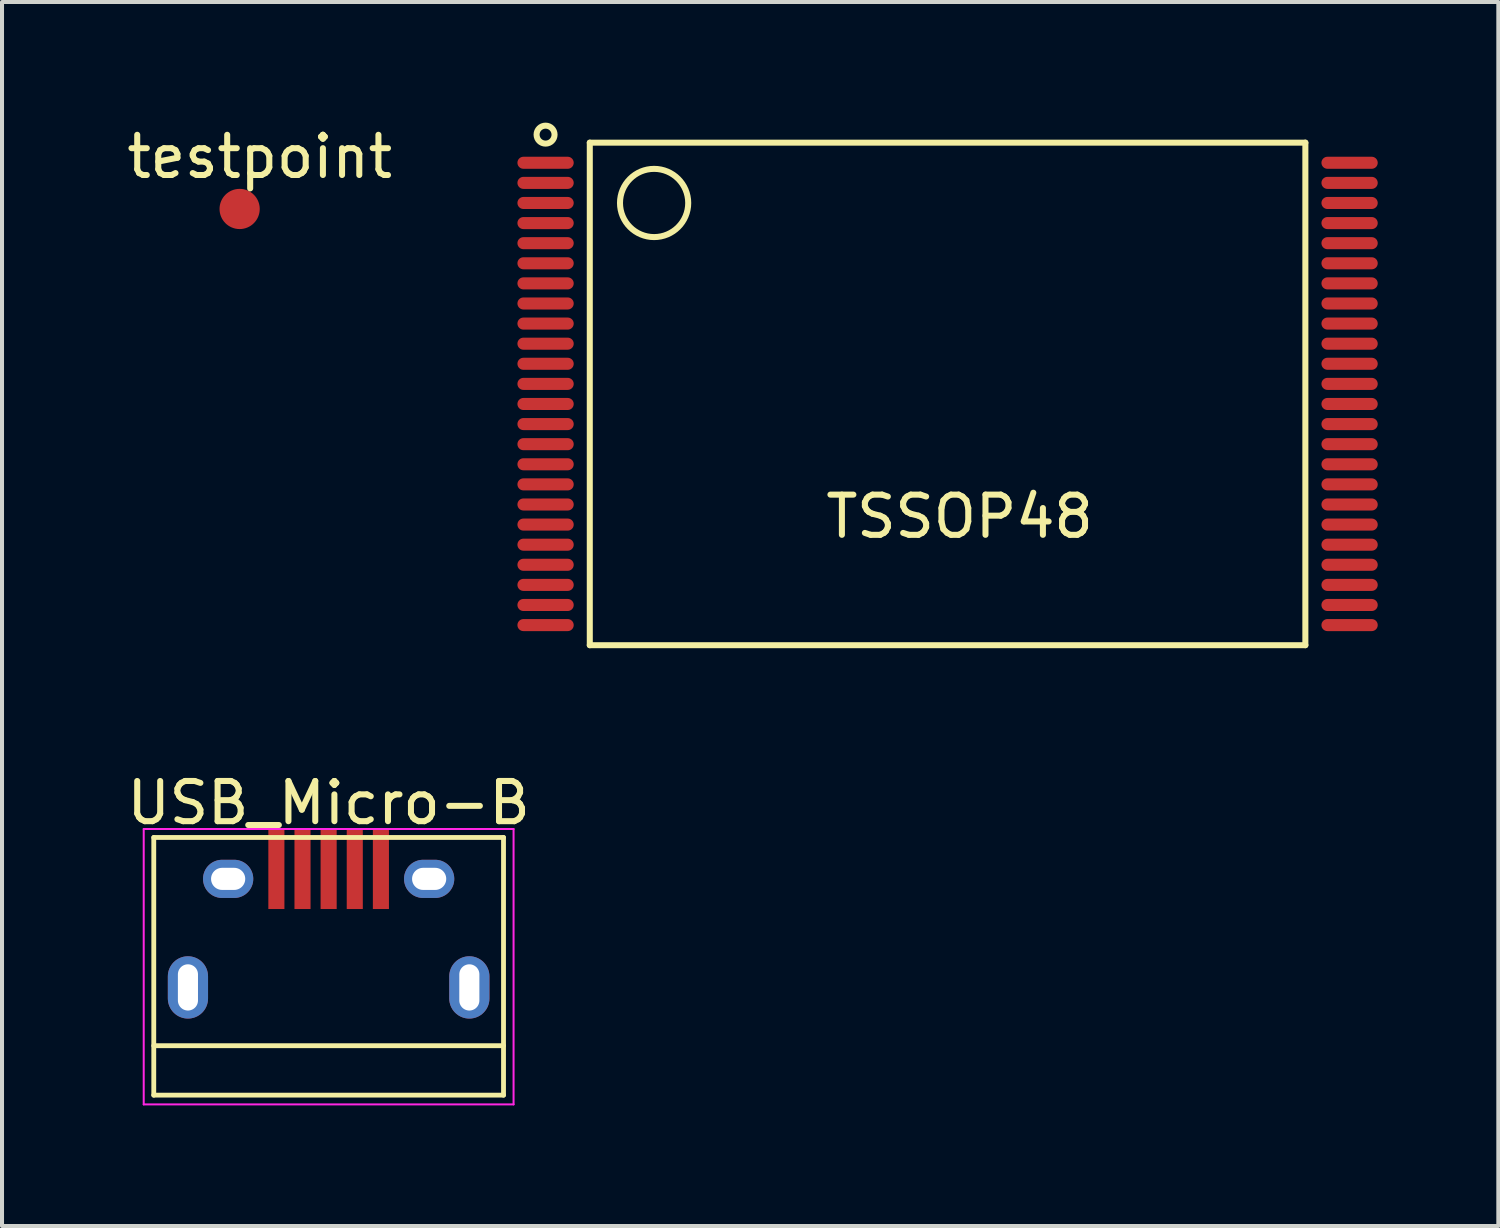
<source format=kicad_pcb>
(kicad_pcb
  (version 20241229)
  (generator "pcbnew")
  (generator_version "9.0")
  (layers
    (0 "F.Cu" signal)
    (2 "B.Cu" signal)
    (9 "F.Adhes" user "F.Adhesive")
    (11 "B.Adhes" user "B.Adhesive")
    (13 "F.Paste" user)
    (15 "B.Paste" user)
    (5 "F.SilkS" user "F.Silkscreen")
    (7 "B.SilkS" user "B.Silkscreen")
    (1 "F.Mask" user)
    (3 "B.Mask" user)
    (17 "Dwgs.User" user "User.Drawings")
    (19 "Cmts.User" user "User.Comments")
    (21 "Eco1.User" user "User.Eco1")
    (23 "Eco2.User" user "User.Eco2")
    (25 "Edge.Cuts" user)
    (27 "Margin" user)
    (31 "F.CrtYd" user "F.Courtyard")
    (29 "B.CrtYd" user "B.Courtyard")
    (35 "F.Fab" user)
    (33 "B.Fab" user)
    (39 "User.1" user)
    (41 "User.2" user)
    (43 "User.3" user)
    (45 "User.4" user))
  (footprint "USB_Micro-B"
    (layer "F.Cu")
    (at 5.125 20.162)
    (property "Reference" "USB_Micro-B" (at 0 -3.24 0) (layer "F.SilkS") (effects (font (size 1 1) (thickness 0.15))))
    (attr smd)
    (fp_line (start -4.35 -2.38) (end 4.35 -2.38) (stroke (width 0.12) (type solid)) (layer "F.SilkS"))
    (fp_line (start -4.35 4.03) (end -4.35 -2.38) (stroke (width 0.12) (type solid)) (layer "F.SilkS"))
    (fp_line (start -4.35 4.03) (end 4.35 4.03) (stroke (width 0.12) (type solid)) (layer "F.SilkS"))
    (fp_line (start 4.35 -2.38) (end 4.35 4.03) (stroke (width 0.12) (type solid)) (layer "F.SilkS"))
    (fp_line (start 4.35 2.8) (end -4.35 2.8) (stroke (width 0.12) (type solid)) (layer "F.SilkS"))
    (fp_line (start -4.6 -2.59) (end 4.6 -2.59) (stroke (width 0.05) (type solid)) (layer "F.CrtYd"))
    (fp_line (start -4.6 4.26) (end -4.6 -2.59) (stroke (width 0.05) (type solid)) (layer "F.CrtYd"))
    (fp_line (start 4.6 -2.59) (end 4.6 4.26) (stroke (width 0.05) (type solid)) (layer "F.CrtYd"))
    (fp_line (start 4.6 4.26) (end -4.6 4.26) (stroke (width 0.05) (type solid)) (layer "F.CrtYd"))
    (pad "1" smd rect (at -1.3 -1.6 90) (size 2 0.4) (layers "F.Cu" "F.Mask" "F.Paste"))
    (pad "2" smd rect (at -0.65 -1.6 90) (size 2 0.4) (layers "F.Cu" "F.Mask" "F.Paste"))
    (pad "3" smd rect (at 0 -1.6 90) (size 2 0.4) (layers "F.Cu" "F.Mask" "F.Paste"))
    (pad "4" smd rect (at 0.65 -1.6 90) (size 2 0.4) (layers "F.Cu" "F.Mask" "F.Paste"))
    (pad "5" smd rect (at 1.3 -1.6 90) (size 2 0.4) (layers "F.Cu" "F.Mask" "F.Paste"))
    (pad "6" thru_hole oval (at -3.5 1.35 90) (size 1.55 1) (drill oval 1.15 0.5) (layers "*.Cu" "*.Mask"))
    (pad "6" thru_hole oval (at -2.5 -1.35 90) (size 0.95 1.25) (drill oval 0.55 0.85) (layers "*.Cu" "*.Mask"))
    (pad "6" thru_hole oval (at 2.5 -1.35 90) (size 0.95 1.25) (drill oval 0.55 0.85) (layers "*.Cu" "*.Mask"))
    (pad "6" thru_hole oval (at 3.5 1.35 90) (size 1.55 1) (drill oval 1.15 0.5) (layers "*.Cu" "*.Mask")))
  (footprint "TSSOP48"
    (layer "F.Cu")
    (at 10.521 0.999)
    (property "Reference" "TSSOP48" (at 10.3 8.8 0) (layer "F.SilkS") (effects (font (size 1 1) (thickness 0.15))))
    (attr through_hole)
    (fp_line (start 1.1 -0.5) (end 1.1 12) (stroke (width 0.15) (type solid)) (layer "F.SilkS"))
    (fp_line (start 1.1 12) (end 18.9 12) (stroke (width 0.15) (type solid)) (layer "F.SilkS"))
    (fp_line (start 18.9 -0.5) (end 1.1 -0.5) (stroke (width 0.15) (type solid)) (layer "F.SilkS"))
    (fp_line (start 18.9 12) (end 18.9 -0.5) (stroke (width 0.15) (type solid)) (layer "F.SilkS"))
    (fp_circle (center 0 -0.7) (end 0.2 -0.6) (stroke (width 0.15) (type solid)) (fill no) (layer "F.SilkS"))
    (fp_circle (center 2.7 1) (end 3.3 1.6) (stroke (width 0.15) (type solid)) (fill no) (layer "F.SilkS"))
    (pad "1" smd oval (at 0 0) (size 1.4 0.3) (layers "F.Cu" "F.Mask" "F.Paste"))
    (pad "2" smd oval (at 0 0.5) (size 1.4 0.3) (layers "F.Cu" "F.Mask" "F.Paste"))
    (pad "3" smd oval (at 0 1) (size 1.4 0.3) (layers "F.Cu" "F.Mask" "F.Paste"))
    (pad "4" smd oval (at 0 1.5) (size 1.4 0.3) (layers "F.Cu" "F.Mask" "F.Paste"))
    (pad "5" smd oval (at 0 2) (size 1.4 0.3) (layers "F.Cu" "F.Mask" "F.Paste"))
    (pad "6" smd oval (at 0 2.5) (size 1.4 0.3) (layers "F.Cu" "F.Mask" "F.Paste"))
    (pad "7" smd oval (at 0 3) (size 1.4 0.3) (layers "F.Cu" "F.Mask" "F.Paste"))
    (pad "8" smd oval (at 0 3.5) (size 1.4 0.3) (layers "F.Cu" "F.Mask" "F.Paste"))
    (pad "9" smd oval (at 0 4) (size 1.4 0.3) (layers "F.Cu" "F.Mask" "F.Paste"))
    (pad "10" smd oval (at 0 4.5) (size 1.4 0.3) (layers "F.Cu" "F.Mask" "F.Paste"))
    (pad "11" smd oval (at 0 5) (size 1.4 0.3) (layers "F.Cu" "F.Mask" "F.Paste"))
    (pad "12" smd oval (at 0 5.5) (size 1.4 0.3) (layers "F.Cu" "F.Mask" "F.Paste"))
    (pad "13" smd oval (at 0 6) (size 1.4 0.3) (layers "F.Cu" "F.Mask" "F.Paste"))
    (pad "14" smd oval (at 0 6.5) (size 1.4 0.3) (layers "F.Cu" "F.Mask" "F.Paste"))
    (pad "15" smd oval (at 0 7) (size 1.4 0.3) (layers "F.Cu" "F.Mask" "F.Paste"))
    (pad "16" smd oval (at 0 7.5) (size 1.4 0.3) (layers "F.Cu" "F.Mask" "F.Paste"))
    (pad "17" smd oval (at 0 8) (size 1.4 0.3) (layers "F.Cu" "F.Mask" "F.Paste"))
    (pad "18" smd oval (at 0 8.5) (size 1.4 0.3) (layers "F.Cu" "F.Mask" "F.Paste"))
    (pad "19" smd oval (at 0 9) (size 1.4 0.3) (layers "F.Cu" "F.Mask" "F.Paste"))
    (pad "20" smd oval (at 0 9.5) (size 1.4 0.3) (layers "F.Cu" "F.Mask" "F.Paste"))
    (pad "21" smd oval (at 0 10) (size 1.4 0.3) (layers "F.Cu" "F.Mask" "F.Paste"))
    (pad "22" smd oval (at 0 10.5) (size 1.4 0.3) (layers "F.Cu" "F.Mask" "F.Paste"))
    (pad "23" smd oval (at 0 11) (size 1.4 0.3) (layers "F.Cu" "F.Mask" "F.Paste"))
    (pad "24" smd oval (at 0 11.5) (size 1.4 0.3) (layers "F.Cu" "F.Mask" "F.Paste"))
    (pad "25" smd oval (at 20 11.5) (size 1.4 0.3) (layers "F.Cu" "F.Mask" "F.Paste"))
    (pad "26" smd oval (at 20 11) (size 1.4 0.3) (layers "F.Cu" "F.Mask" "F.Paste"))
    (pad "27" smd oval (at 20 10.5) (size 1.4 0.3) (layers "F.Cu" "F.Mask" "F.Paste"))
    (pad "28" smd oval (at 20 10) (size 1.4 0.3) (layers "F.Cu" "F.Mask" "F.Paste"))
    (pad "29" smd oval (at 20 9.5) (size 1.4 0.3) (layers "F.Cu" "F.Mask" "F.Paste"))
    (pad "30" smd oval (at 20 9) (size 1.4 0.3) (layers "F.Cu" "F.Mask" "F.Paste"))
    (pad "31" smd oval (at 20 8.5) (size 1.4 0.3) (layers "F.Cu" "F.Mask" "F.Paste"))
    (pad "32" smd oval (at 20 8) (size 1.4 0.3) (layers "F.Cu" "F.Mask" "F.Paste"))
    (pad "33" smd oval (at 20 7.5) (size 1.4 0.3) (layers "F.Cu" "F.Mask" "F.Paste"))
    (pad "34" smd oval (at 20 7) (size 1.4 0.3) (layers "F.Cu" "F.Mask" "F.Paste"))
    (pad "35" smd oval (at 20 6.5) (size 1.4 0.3) (layers "F.Cu" "F.Mask" "F.Paste"))
    (pad "36" smd oval (at 20 6) (size 1.4 0.3) (layers "F.Cu" "F.Mask" "F.Paste"))
    (pad "37" smd oval (at 20 5.5) (size 1.4 0.3) (layers "F.Cu" "F.Mask" "F.Paste"))
    (pad "38" smd oval (at 20 5) (size 1.4 0.3) (layers "F.Cu" "F.Mask" "F.Paste"))
    (pad "39" smd oval (at 20 4.5) (size 1.4 0.3) (layers "F.Cu" "F.Mask" "F.Paste"))
    (pad "40" smd oval (at 20 4) (size 1.4 0.3) (layers "F.Cu" "F.Mask" "F.Paste"))
    (pad "41" smd oval (at 20 3.5) (size 1.4 0.3) (layers "F.Cu" "F.Mask" "F.Paste"))
    (pad "42" smd oval (at 20 3) (size 1.4 0.3) (layers "F.Cu" "F.Mask" "F.Paste"))
    (pad "43" smd oval (at 20 2.5) (size 1.4 0.3) (layers "F.Cu" "F.Mask" "F.Paste"))
    (pad "44" smd oval (at 20 2) (size 1.4 0.3) (layers "F.Cu" "F.Mask" "F.Paste"))
    (pad "45" smd oval (at 20 1.5) (size 1.4 0.3) (layers "F.Cu" "F.Mask" "F.Paste"))
    (pad "46" smd oval (at 20 1) (size 1.4 0.3) (layers "F.Cu" "F.Mask" "F.Paste"))
    (pad "47" smd oval (at 20 0.5) (size 1.4 0.3) (layers "F.Cu" "F.Mask" "F.Paste"))
    (pad "48" smd oval (at 20 0) (size 1.4 0.3) (layers "F.Cu" "F.Mask" "F.Paste")))
  (footprint "testpoint"
    (layer "F.Cu")
    (at 2.911 2.148)
    (property "Reference" "testpoint" (at 0.5 -1.3 0) (layer "F.SilkS") (effects (font (size 1 1) (thickness 0.15))))
    (attr through_hole)
    (pad "1" smd circle (at 0 0) (size 1 1) (layers "F.Cu" "F.Mask" "F.Paste")))
  (gr_rect
    (start -3 -3)
    (end 34.221 27.447)
    (stroke (width 0.1) (type default))
    (fill no)
    (layer "Edge.Cuts")))
</source>
